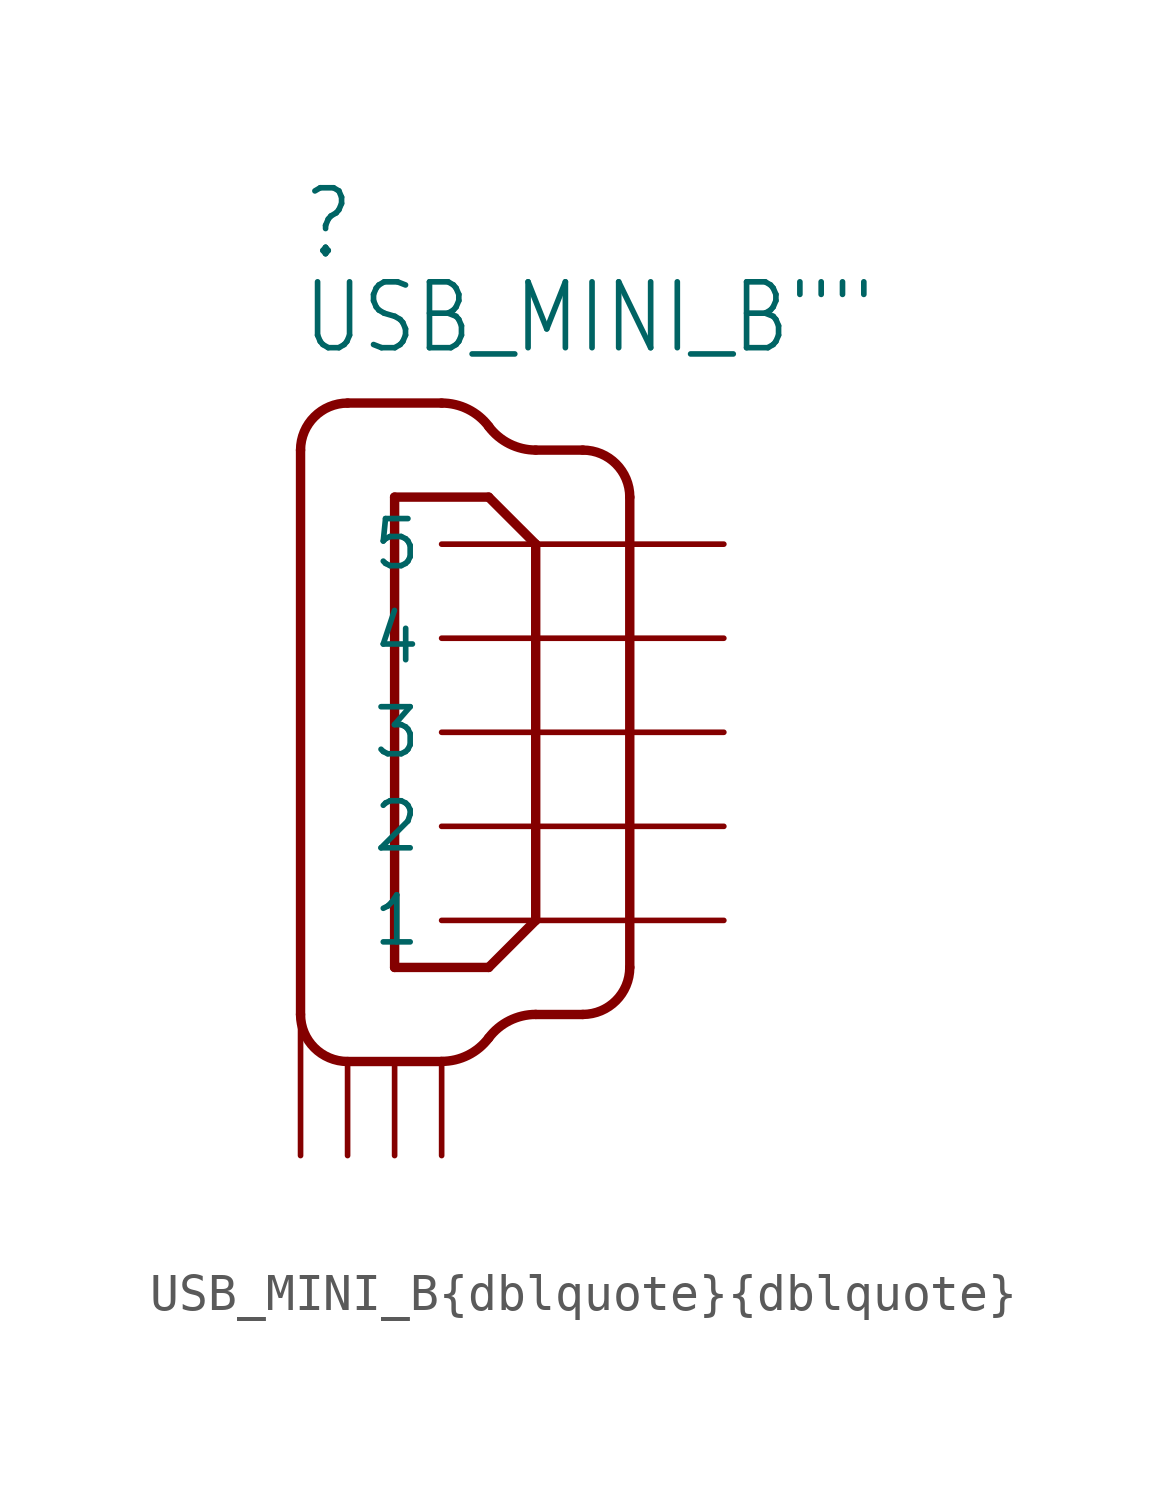
<source format=kicad_sym>
(kicad_symbol_lib
  (version 20211014)
  (generator kicad_symbol_editor)
  (symbol "USB_MINI_B{dblquote}{dblquote}"
    (property "Reference" ""
      (at -3.81 12.7 0)
      (effects (font (size 1.778 1.511)) (justify left bottom)))
    (property "Value" "USB_MINI_B{dblquote}{dblquote}"
      (at -3.81 10.16 0)
      (effects (font (size 1.778 1.511)) (justify left bottom)))
    (property "ki_locked" ""
      (at 0 0 0)
      (effects (font (size 1.27 1.27))))
    (symbol "USB_MINI_B{dblquote}{dblquote}_1_0"
      (arc (start -3.81 -7.62) (mid -3.438 -8.518) (end -2.54 -8.89) (stroke (width 0.254) (type default) (color 0 0 0 0)) (fill (type none)))
      (arc (start -2.54 8.89) (mid -3.438 8.518) (end -3.81 7.62) (stroke (width 0.254) (type default) (color 0 0 0 0)) (fill (type none)))
      (arc (start 0 -8.89) (mid 0.71 -8.7224) (end 1.27 -8.255) (stroke (width 0.254) (type default) (color 0 0 0 0)) (fill (type none)))
      (polyline (pts (xy -3.81 7.62) (xy -3.81 -7.62)) (stroke (width 0.254) (type default) (color 0 0 0 0)) (fill (type none)))
      (polyline (pts (xy -2.54 -8.89) (xy 0 -8.89)) (stroke (width 0.254) (type default) (color 0 0 0 0)) (fill (type none)))
      (polyline (pts (xy -2.54 8.89) (xy 0 8.89)) (stroke (width 0.254) (type default) (color 0 0 0 0)) (fill (type none)))
      (polyline (pts (xy -1.27 -6.35) (xy -1.27 6.35)) (stroke (width 0.254) (type default) (color 0 0 0 0)) (fill (type none)))
      (polyline (pts (xy -1.27 6.35) (xy 1.27 6.35)) (stroke (width 0.254) (type default) (color 0 0 0 0)) (fill (type none)))
      (polyline (pts (xy 1.27 -6.35) (xy -1.27 -6.35)) (stroke (width 0.254) (type default) (color 0 0 0 0)) (fill (type none)))
      (polyline (pts (xy 1.27 6.35) (xy 2.54 5.08)) (stroke (width 0.254) (type default) (color 0 0 0 0)) (fill (type none)))
      (polyline (pts (xy 2.54 -7.62) (xy 3.81 -7.62)) (stroke (width 0.254) (type default) (color 0 0 0 0)) (fill (type none)))
      (polyline (pts (xy 2.54 -5.08) (xy 1.27 -6.35)) (stroke (width 0.254) (type default) (color 0 0 0 0)) (fill (type none)))
      (polyline (pts (xy 2.54 5.08) (xy 2.54 -5.08)) (stroke (width 0.254) (type default) (color 0 0 0 0)) (fill (type none)))
      (polyline (pts (xy 2.54 7.62) (xy 3.81 7.62)) (stroke (width 0.254) (type default) (color 0 0 0 0)) (fill (type none)))
      (polyline (pts (xy 5.08 -6.35) (xy 5.08 6.35)) (stroke (width 0.254) (type default) (color 0 0 0 0)) (fill (type none)))
      (arc (start 1.27 8.255) (mid 0.71 8.7225) (end 0 8.89) (stroke (width 0.254) (type default) (color 0 0 0 0)) (fill (type none)))
      (arc (start 1.27 8.255) (mid 1.83 7.7876) (end 2.54 7.62) (stroke (width 0.254) (type default) (color 0 0 0 0)) (fill (type none)))
      (arc (start 2.54 -7.62) (mid 1.8301 -7.7876) (end 1.27 -8.255) (stroke (width 0.254) (type default) (color 0 0 0 0)) (fill (type none)))
      (arc (start 3.81 -7.62) (mid 4.708 -7.248) (end 5.08 -6.35) (stroke (width 0.254) (type default) (color 0 0 0 0)) (fill (type none)))
      (arc (start 5.08 6.35) (mid 4.708 7.248) (end 3.81 7.62) (stroke (width 0.254) (type default) (color 0 0 0 0)) (fill (type none)))
      (pin bidirectional line (at 7.62 -5.08 180) (length 7.62) (name "1" (effects (font (size 1.27 1.27)))) (number "P$1" (effects (font (size 0 0)))))
      (pin bidirectional line (at 7.62 -2.54 180) (length 7.62) (name "2" (effects (font (size 1.27 1.27)))) (number "P$2" (effects (font (size 0 0)))))
      (pin bidirectional line (at 7.62 0 180) (length 7.62) (name "3" (effects (font (size 1.27 1.27)))) (number "P$3" (effects (font (size 0 0)))))
      (pin bidirectional line (at 7.62 2.54 180) (length 7.62) (name "4" (effects (font (size 1.27 1.27)))) (number "P$4" (effects (font (size 0 0)))))
      (pin bidirectional line (at 7.62 5.08 180) (length 7.62) (name "5" (effects (font (size 1.27 1.27)))) (number "P$5" (effects (font (size 0 0)))))
      (pin bidirectional line (at 0 -11.43 90) (length 2.54) (name "P$1" (effects (font (size 0 0)))) (number "SHIELD_1" (effects (font (size 0 0)))))
      (pin bidirectional line (at -1.27 -11.43 90) (length 2.54) (name "P$2" (effects (font (size 0 0)))) (number "SHIELD_2" (effects (font (size 0 0)))))
      (pin bidirectional line (at -2.54 -11.43 90) (length 2.54) (name "P$3" (effects (font (size 0 0)))) (number "SHIELD_3" (effects (font (size 0 0)))))
      (pin bidirectional line (at -3.81 -11.43 90) (length 5.08) (name "P$4" (effects (font (size 0 0)))) (number "SHIELD_4" (effects (font (size 0 0))))))))
</source>
